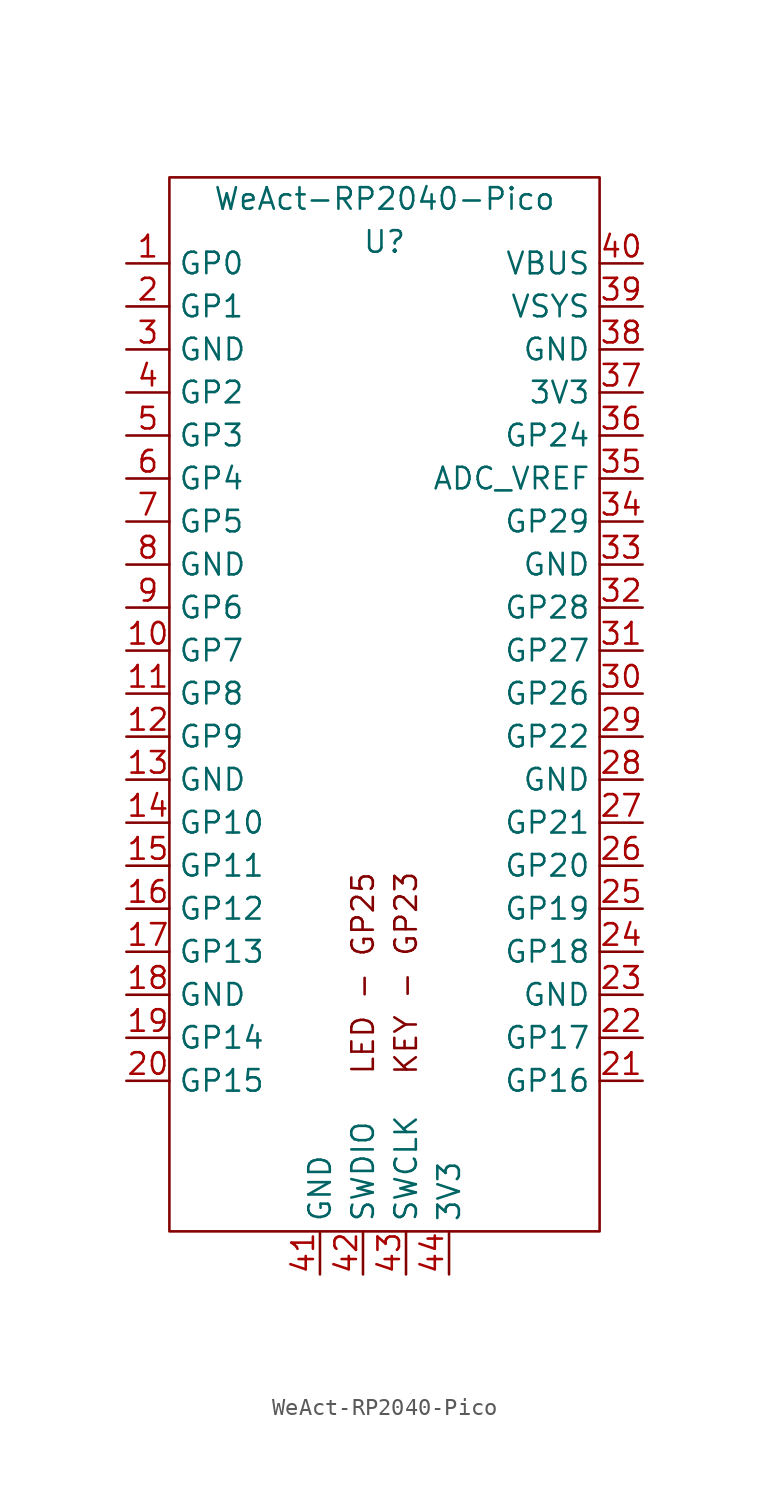
<source format=kicad_sym>
(kicad_symbol_lib
  (version 20211014)
  (generator kicad_symbol_editor)
  (symbol "WeAct-RP2040-Pico"
    (property "Reference" "U"
      (at 0 16.51 0)
      (effects (font (size 1.27 1.27))))
    (property "Value" "WeAct-RP2040-Pico"
      (at 0 19.05 0)
      (effects (font (size 1.27 1.27))))
    (symbol "WeAct-RP2040-Pico_0_0"
      (text "KEY - GP23" (at 1.27 -26.67 900) (effects (font (size 1.27 1.27))))
      (text "LED - GP25" (at -1.27 -26.67 900) (effects (font (size 1.27 1.27)))))
    (symbol "WeAct-RP2040-Pico_0_1"
      (rectangle (start -12.7 20.32) (end 12.7 -41.91) (stroke (width 0) (type default) (color 0 0 0 0)) (fill (type none))))
    (symbol "WeAct-RP2040-Pico_1_1"
      (pin bidirectional line (at -15.24 15.24 0) (length 2.54) (name "GP0" (effects (font (size 1.27 1.27)))) (number "1" (effects (font (size 1.27 1.27)))) (alternate "I2C0 SDA" bidirectional line) (alternate "SPI0 RX" bidirectional line) (alternate "UART0 TX" bidirectional line))
      (pin bidirectional line (at -15.24 -7.62 0) (length 2.54) (name "GP7" (effects (font (size 1.27 1.27)))) (number "10" (effects (font (size 1.27 1.27)))) (alternate "I2C1 SCL" bidirectional line) (alternate "SPI0 TX" bidirectional line))
      (pin bidirectional line (at -15.24 -10.16 0) (length 2.54) (name "GP8" (effects (font (size 1.27 1.27)))) (number "11" (effects (font (size 1.27 1.27)))) (alternate "I2C0 SDA" bidirectional line) (alternate "SPI1 RX" bidirectional line) (alternate "UART1 TX" bidirectional line))
      (pin bidirectional line (at -15.24 -12.7 0) (length 2.54) (name "GP9" (effects (font (size 1.27 1.27)))) (number "12" (effects (font (size 1.27 1.27)))) (alternate "I2C0 SCL" bidirectional line) (alternate "SPI1 CSn" bidirectional line) (alternate "UART1 RX" bidirectional line))
      (pin bidirectional line (at -15.24 -15.24 0) (length 2.54) (name "GND" (effects (font (size 1.27 1.27)))) (number "13" (effects (font (size 1.27 1.27)))))
      (pin bidirectional line (at -15.24 -17.78 0) (length 2.54) (name "GP10" (effects (font (size 1.27 1.27)))) (number "14" (effects (font (size 1.27 1.27)))) (alternate "I2C1 SDA" bidirectional line) (alternate "SPI1 SCK" bidirectional line))
      (pin bidirectional line (at -15.24 -20.32 0) (length 2.54) (name "GP11" (effects (font (size 1.27 1.27)))) (number "15" (effects (font (size 1.27 1.27)))) (alternate "I2C1 SCL" bidirectional line) (alternate "SPI1 TX" bidirectional line))
      (pin bidirectional line (at -15.24 -22.86 0) (length 2.54) (name "GP12" (effects (font (size 1.27 1.27)))) (number "16" (effects (font (size 1.27 1.27)))) (alternate "I2C0 SDA" bidirectional line) (alternate "SPI1 RX" bidirectional line) (alternate "UART0 TX" bidirectional line))
      (pin bidirectional line (at -15.24 -25.4 0) (length 2.54) (name "GP13" (effects (font (size 1.27 1.27)))) (number "17" (effects (font (size 1.27 1.27)))) (alternate "I2C0 SCL" bidirectional line) (alternate "SPI1 CSn" bidirectional line) (alternate "UART0 RX" bidirectional line))
      (pin bidirectional line (at -15.24 -27.94 0) (length 2.54) (name "GND" (effects (font (size 1.27 1.27)))) (number "18" (effects (font (size 1.27 1.27)))))
      (pin bidirectional line (at -15.24 -30.48 0) (length 2.54) (name "GP14" (effects (font (size 1.27 1.27)))) (number "19" (effects (font (size 1.27 1.27)))) (alternate "I2C1 SDA" bidirectional line) (alternate "SPI1 SCK" bidirectional line))
      (pin bidirectional line (at -15.24 12.7 0) (length 2.54) (name "GP1" (effects (font (size 1.27 1.27)))) (number "2" (effects (font (size 1.27 1.27)))) (alternate "I2C0 SCL" bidirectional line) (alternate "SPI0 CSn" bidirectional line) (alternate "UART0 RX" bidirectional line))
      (pin bidirectional line (at -15.24 -33.02 0) (length 2.54) (name "GP15" (effects (font (size 1.27 1.27)))) (number "20" (effects (font (size 1.27 1.27)))) (alternate "I2C1 SCL" bidirectional line) (alternate "SPI1 TX" bidirectional line))
      (pin bidirectional line (at 15.24 -33.02 180) (length 2.54) (name "GP16" (effects (font (size 1.27 1.27)))) (number "21" (effects (font (size 1.27 1.27)))) (alternate "I2C0 SDA" bidirectional line) (alternate "SPI0 RX" bidirectional line) (alternate "UART0 TX" bidirectional line))
      (pin bidirectional line (at 15.24 -30.48 180) (length 2.54) (name "GP17" (effects (font (size 1.27 1.27)))) (number "22" (effects (font (size 1.27 1.27)))) (alternate "I2C0 SCL" bidirectional line) (alternate "SPI0 CSn" bidirectional line) (alternate "UART0 RX" bidirectional line))
      (pin bidirectional line (at 15.24 -27.94 180) (length 2.54) (name "GND" (effects (font (size 1.27 1.27)))) (number "23" (effects (font (size 1.27 1.27)))))
      (pin bidirectional line (at 15.24 -25.4 180) (length 2.54) (name "GP18" (effects (font (size 1.27 1.27)))) (number "24" (effects (font (size 1.27 1.27)))) (alternate "I2C1 SDA" bidirectional line) (alternate "SPI0 SCK" bidirectional line))
      (pin bidirectional line (at 15.24 -22.86 180) (length 2.54) (name "GP19" (effects (font (size 1.27 1.27)))) (number "25" (effects (font (size 1.27 1.27)))) (alternate "I2C1 SCL" bidirectional line) (alternate "SPI0 TX" bidirectional line))
      (pin bidirectional line (at 15.24 -20.32 180) (length 2.54) (name "GP20" (effects (font (size 1.27 1.27)))) (number "26" (effects (font (size 1.27 1.27)))) (alternate "I2C0 SDA" bidirectional line))
      (pin bidirectional line (at 15.24 -17.78 180) (length 2.54) (name "GP21" (effects (font (size 1.27 1.27)))) (number "27" (effects (font (size 1.27 1.27)))) (alternate "I2C0 SCL" bidirectional line))
      (pin bidirectional line (at 15.24 -15.24 180) (length 2.54) (name "GND" (effects (font (size 1.27 1.27)))) (number "28" (effects (font (size 1.27 1.27)))))
      (pin bidirectional line (at 15.24 -12.7 180) (length 2.54) (name "GP22" (effects (font (size 1.27 1.27)))) (number "29" (effects (font (size 1.27 1.27)))))
      (pin bidirectional line (at -15.24 10.16 0) (length 2.54) (name "GND" (effects (font (size 1.27 1.27)))) (number "3" (effects (font (size 1.27 1.27)))))
      (pin bidirectional line (at 15.24 -10.16 180) (length 2.54) (name "GP26" (effects (font (size 1.27 1.27)))) (number "30" (effects (font (size 1.27 1.27)))) (alternate "ADC0" bidirectional line) (alternate "I2C1 SDA" bidirectional line))
      (pin bidirectional line (at 15.24 -7.62 180) (length 2.54) (name "GP27" (effects (font (size 1.27 1.27)))) (number "31" (effects (font (size 1.27 1.27)))) (alternate "ADC1" bidirectional line) (alternate "I2C1 SCL" bidirectional line))
      (pin bidirectional line (at 15.24 -5.08 180) (length 2.54) (name "GP28" (effects (font (size 1.27 1.27)))) (number "32" (effects (font (size 1.27 1.27)))) (alternate "ADC2" bidirectional line))
      (pin bidirectional line (at 15.24 -2.54 180) (length 2.54) (name "GND" (effects (font (size 1.27 1.27)))) (number "33" (effects (font (size 1.27 1.27)))))
      (pin bidirectional line (at 15.24 0 180) (length 2.54) (name "GP29" (effects (font (size 1.27 1.27)))) (number "34" (effects (font (size 1.27 1.27)))))
      (pin bidirectional line (at 15.24 2.54 180) (length 2.54) (name "ADC_VREF" (effects (font (size 1.27 1.27)))) (number "35" (effects (font (size 1.27 1.27)))))
      (pin bidirectional line (at 15.24 5.08 180) (length 2.54) (name "GP24" (effects (font (size 1.27 1.27)))) (number "36" (effects (font (size 1.27 1.27)))))
      (pin bidirectional line (at 15.24 7.62 180) (length 2.54) (name "3V3" (effects (font (size 1.27 1.27)))) (number "37" (effects (font (size 1.27 1.27)))))
      (pin bidirectional line (at 15.24 10.16 180) (length 2.54) (name "GND" (effects (font (size 1.27 1.27)))) (number "38" (effects (font (size 1.27 1.27)))))
      (pin bidirectional line (at 15.24 12.7 180) (length 2.54) (name "VSYS" (effects (font (size 1.27 1.27)))) (number "39" (effects (font (size 1.27 1.27)))))
      (pin bidirectional line (at -15.24 7.62 0) (length 2.54) (name "GP2" (effects (font (size 1.27 1.27)))) (number "4" (effects (font (size 1.27 1.27)))) (alternate "I2C1 SDA" bidirectional line) (alternate "SPI0 SCK" bidirectional line))
      (pin bidirectional line (at 15.24 15.24 180) (length 2.54) (name "VBUS" (effects (font (size 1.27 1.27)))) (number "40" (effects (font (size 1.27 1.27)))))
      (pin bidirectional line (at -3.81 -44.45 90) (length 2.54) (name "GND" (effects (font (size 1.27 1.27)))) (number "41" (effects (font (size 1.27 1.27)))))
      (pin bidirectional line (at -1.27 -44.45 90) (length 2.54) (name "SWDIO" (effects (font (size 1.27 1.27)))) (number "42" (effects (font (size 1.27 1.27)))))
      (pin bidirectional line (at 1.27 -44.45 90) (length 2.54) (name "SWCLK" (effects (font (size 1.27 1.27)))) (number "43" (effects (font (size 1.27 1.27)))))
      (pin bidirectional line (at 3.81 -44.45 90) (length 2.54) (name "3V3" (effects (font (size 1.27 1.27)))) (number "44" (effects (font (size 1.27 1.27)))))
      (pin bidirectional line (at -15.24 5.08 0) (length 2.54) (name "GP3" (effects (font (size 1.27 1.27)))) (number "5" (effects (font (size 1.27 1.27)))) (alternate "I2C1 SCL" bidirectional line) (alternate "SPI0 TX" bidirectional line))
      (pin bidirectional line (at -15.24 2.54 0) (length 2.54) (name "GP4" (effects (font (size 1.27 1.27)))) (number "6" (effects (font (size 1.27 1.27)))) (alternate "I2C0 SDA" bidirectional line) (alternate "SPI0 RX" bidirectional line) (alternate "UART1 TX" bidirectional line))
      (pin bidirectional line (at -15.24 0 0) (length 2.54) (name "GP5" (effects (font (size 1.27 1.27)))) (number "7" (effects (font (size 1.27 1.27)))) (alternate "I2C0 SCL" bidirectional line) (alternate "SPI0 CSn" bidirectional line) (alternate "UART1 RX" bidirectional line))
      (pin bidirectional line (at -15.24 -2.54 0) (length 2.54) (name "GND" (effects (font (size 1.27 1.27)))) (number "8" (effects (font (size 1.27 1.27)))))
      (pin bidirectional line (at -15.24 -5.08 0) (length 2.54) (name "GP6" (effects (font (size 1.27 1.27)))) (number "9" (effects (font (size 1.27 1.27)))) (alternate "I2C1 SDA" bidirectional line) (alternate "SPI0 SCK" bidirectional line)))))
</source>
